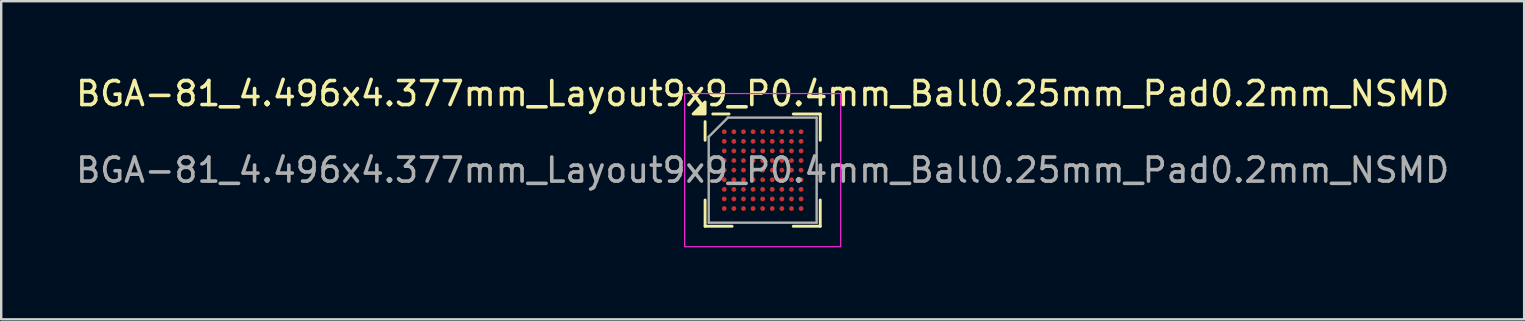
<source format=kicad_pcb>
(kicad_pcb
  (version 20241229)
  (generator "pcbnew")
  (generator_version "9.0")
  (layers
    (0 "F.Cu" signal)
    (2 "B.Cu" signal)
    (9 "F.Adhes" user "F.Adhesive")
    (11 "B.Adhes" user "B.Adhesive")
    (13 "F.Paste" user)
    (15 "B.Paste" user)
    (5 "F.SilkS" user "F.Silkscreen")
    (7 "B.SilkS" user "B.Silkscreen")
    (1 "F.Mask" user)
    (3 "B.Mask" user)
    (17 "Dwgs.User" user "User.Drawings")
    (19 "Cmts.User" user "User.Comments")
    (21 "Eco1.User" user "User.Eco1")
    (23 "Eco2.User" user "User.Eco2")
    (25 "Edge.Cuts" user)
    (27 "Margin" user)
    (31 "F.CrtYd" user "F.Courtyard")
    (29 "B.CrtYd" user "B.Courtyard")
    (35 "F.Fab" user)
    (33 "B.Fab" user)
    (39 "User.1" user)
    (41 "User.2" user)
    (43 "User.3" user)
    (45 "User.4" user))
  (footprint "BGA-81_4.496x4.377mm_Layout9x9_P0.4mm_Ball0.25mm_Pad0.2mm_NSMD"
    (layer "F.Cu")
    (at 28.72 4.037)
    (property "Reference" "BGA-81_4.496x4.377mm_Layout9x9_P0.4mm_Ball0.25mm_Pad0.2mm_NSMD" (at 0 -3.188 0) (layer "F.SilkS") (effects (font (size 1 1) (thickness 0.15))))
    (attr smd)
    (fp_line (start -2.398 -2.02) (end -2.398 -1.244) (stroke (width 0.12) (type solid)) (layer "F.SilkS"))
    (fp_line (start -2.398 2.338) (end -2.398 1.244) (stroke (width 0.12) (type solid)) (layer "F.SilkS"))
    (fp_line (start -1.402 -2.34) (end -2.078 -2.34) (stroke (width 0.12) (type solid)) (layer "F.SilkS"))
    (fp_line (start -1.274 2.338) (end -2.398 2.338) (stroke (width 0.12) (type solid)) (layer "F.SilkS"))
    (fp_line (start 1.274 -2.338) (end 2.398 -2.338) (stroke (width 0.12) (type solid)) (layer "F.SilkS"))
    (fp_line (start 1.274 2.338) (end 2.398 2.338) (stroke (width 0.12) (type solid)) (layer "F.SilkS"))
    (fp_line (start 2.398 -2.338) (end 2.398 -1.244) (stroke (width 0.12) (type solid)) (layer "F.SilkS"))
    (fp_line (start 2.398 2.338) (end 2.398 1.244) (stroke (width 0.12) (type solid)) (layer "F.SilkS"))
    (fp_poly (pts (xy -2.398 -2.34) (xy -2.898 -2.34) (xy -2.398 -2.84) (xy -2.398 -2.34)) (stroke (width 0.12) (type solid)) (fill yes) (layer "F.SilkS"))
    (fp_rect (start -3.25 -3.19) (end 3.25 3.19) (stroke (width 0.05) (type solid)) (fill no) (layer "F.CrtYd"))
    (fp_line (start -2.248 -1.389) (end -2.248 2.188) (stroke (width 0.1) (type solid)) (layer "F.Fab"))
    (fp_line (start -2.248 2.188) (end 2.248 2.188) (stroke (width 0.1) (type solid)) (layer "F.Fab"))
    (fp_line (start -1.448 -2.188) (end -2.248 -1.389) (stroke (width 0.1) (type solid)) (layer "F.Fab"))
    (fp_line (start 2.248 -2.188) (end -1.448 -2.188) (stroke (width 0.1) (type solid)) (layer "F.Fab"))
    (fp_line (start 2.248 2.188) (end 2.248 -2.188) (stroke (width 0.1) (type solid)) (layer "F.Fab"))
    (fp_text user "${REFERENCE}" (at 0 0 0) (layer "F.Fab") (effects (font (size 1 1) (thickness 0.15))))
    (pad "A1" smd circle (at -1.6 -1.6) (size 0.2 0.2) (property pad_prop_bga) (layers "F.Cu" "F.Mask" "F.Paste"))
    (pad "A2" smd circle (at -1.2 -1.6) (size 0.2 0.2) (property pad_prop_bga) (layers "F.Cu" "F.Mask" "F.Paste"))
    (pad "A3" smd circle (at -0.8 -1.6) (size 0.2 0.2) (property pad_prop_bga) (layers "F.Cu" "F.Mask" "F.Paste"))
    (pad "A4" smd circle (at -0.4 -1.6) (size 0.2 0.2) (property pad_prop_bga) (layers "F.Cu" "F.Mask" "F.Paste"))
    (pad "A5" smd circle (at 0 -1.6) (size 0.2 0.2) (property pad_prop_bga) (layers "F.Cu" "F.Mask" "F.Paste"))
    (pad "A6" smd circle (at 0.4 -1.6) (size 0.2 0.2) (property pad_prop_bga) (layers "F.Cu" "F.Mask" "F.Paste"))
    (pad "A7" smd circle (at 0.8 -1.6) (size 0.2 0.2) (property pad_prop_bga) (layers "F.Cu" "F.Mask" "F.Paste"))
    (pad "A8" smd circle (at 1.2 -1.6) (size 0.2 0.2) (property pad_prop_bga) (layers "F.Cu" "F.Mask" "F.Paste"))
    (pad "A9" smd circle (at 1.6 -1.6) (size 0.2 0.2) (property pad_prop_bga) (layers "F.Cu" "F.Mask" "F.Paste"))
    (pad "B1" smd circle (at -1.6 -1.2) (size 0.2 0.2) (property pad_prop_bga) (layers "F.Cu" "F.Mask" "F.Paste"))
    (pad "B2" smd circle (at -1.2 -1.2) (size 0.2 0.2) (property pad_prop_bga) (layers "F.Cu" "F.Mask" "F.Paste"))
    (pad "B3" smd circle (at -0.8 -1.2) (size 0.2 0.2) (property pad_prop_bga) (layers "F.Cu" "F.Mask" "F.Paste"))
    (pad "B4" smd circle (at -0.4 -1.2) (size 0.2 0.2) (property pad_prop_bga) (layers "F.Cu" "F.Mask" "F.Paste"))
    (pad "B5" smd circle (at 0 -1.2) (size 0.2 0.2) (property pad_prop_bga) (layers "F.Cu" "F.Mask" "F.Paste"))
    (pad "B6" smd circle (at 0.4 -1.2) (size 0.2 0.2) (property pad_prop_bga) (layers "F.Cu" "F.Mask" "F.Paste"))
    (pad "B7" smd circle (at 0.8 -1.2) (size 0.2 0.2) (property pad_prop_bga) (layers "F.Cu" "F.Mask" "F.Paste"))
    (pad "B8" smd circle (at 1.2 -1.2) (size 0.2 0.2) (property pad_prop_bga) (layers "F.Cu" "F.Mask" "F.Paste"))
    (pad "B9" smd circle (at 1.6 -1.2) (size 0.2 0.2) (property pad_prop_bga) (layers "F.Cu" "F.Mask" "F.Paste"))
    (pad "C1" smd circle (at -1.6 -0.8) (size 0.2 0.2) (property pad_prop_bga) (layers "F.Cu" "F.Mask" "F.Paste"))
    (pad "C2" smd circle (at -1.2 -0.8) (size 0.2 0.2) (property pad_prop_bga) (layers "F.Cu" "F.Mask" "F.Paste"))
    (pad "C3" smd circle (at -0.8 -0.8) (size 0.2 0.2) (property pad_prop_bga) (layers "F.Cu" "F.Mask" "F.Paste"))
    (pad "C4" smd circle (at -0.4 -0.8) (size 0.2 0.2) (property pad_prop_bga) (layers "F.Cu" "F.Mask" "F.Paste"))
    (pad "C5" smd circle (at 0 -0.8) (size 0.2 0.2) (property pad_prop_bga) (layers "F.Cu" "F.Mask" "F.Paste"))
    (pad "C6" smd circle (at 0.4 -0.8) (size 0.2 0.2) (property pad_prop_bga) (layers "F.Cu" "F.Mask" "F.Paste"))
    (pad "C7" smd circle (at 0.8 -0.8) (size 0.2 0.2) (property pad_prop_bga) (layers "F.Cu" "F.Mask" "F.Paste"))
    (pad "C8" smd circle (at 1.2 -0.8) (size 0.2 0.2) (property pad_prop_bga) (layers "F.Cu" "F.Mask" "F.Paste"))
    (pad "C9" smd circle (at 1.6 -0.8) (size 0.2 0.2) (property pad_prop_bga) (layers "F.Cu" "F.Mask" "F.Paste"))
    (pad "D1" smd circle (at -1.6 -0.4) (size 0.2 0.2) (property pad_prop_bga) (layers "F.Cu" "F.Mask" "F.Paste"))
    (pad "D2" smd circle (at -1.2 -0.4) (size 0.2 0.2) (property pad_prop_bga) (layers "F.Cu" "F.Mask" "F.Paste"))
    (pad "D3" smd circle (at -0.8 -0.4) (size 0.2 0.2) (property pad_prop_bga) (layers "F.Cu" "F.Mask" "F.Paste"))
    (pad "D4" smd circle (at -0.4 -0.4) (size 0.2 0.2) (property pad_prop_bga) (layers "F.Cu" "F.Mask" "F.Paste"))
    (pad "D5" smd circle (at 0 -0.4) (size 0.2 0.2) (property pad_prop_bga) (layers "F.Cu" "F.Mask" "F.Paste"))
    (pad "D6" smd circle (at 0.4 -0.4) (size 0.2 0.2) (property pad_prop_bga) (layers "F.Cu" "F.Mask" "F.Paste"))
    (pad "D7" smd circle (at 0.8 -0.4) (size 0.2 0.2) (property pad_prop_bga) (layers "F.Cu" "F.Mask" "F.Paste"))
    (pad "D8" smd circle (at 1.2 -0.4) (size 0.2 0.2) (property pad_prop_bga) (layers "F.Cu" "F.Mask" "F.Paste"))
    (pad "D9" smd circle (at 1.6 -0.4) (size 0.2 0.2) (property pad_prop_bga) (layers "F.Cu" "F.Mask" "F.Paste"))
    (pad "E1" smd circle (at -1.6 0) (size 0.2 0.2) (property pad_prop_bga) (layers "F.Cu" "F.Mask" "F.Paste"))
    (pad "E2" smd circle (at -1.2 0) (size 0.2 0.2) (property pad_prop_bga) (layers "F.Cu" "F.Mask" "F.Paste"))
    (pad "E3" smd circle (at -0.8 0) (size 0.2 0.2) (property pad_prop_bga) (layers "F.Cu" "F.Mask" "F.Paste"))
    (pad "E4" smd circle (at -0.4 0) (size 0.2 0.2) (property pad_prop_bga) (layers "F.Cu" "F.Mask" "F.Paste"))
    (pad "E5" smd circle (at 0 0) (size 0.2 0.2) (property pad_prop_bga) (layers "F.Cu" "F.Mask" "F.Paste"))
    (pad "E6" smd circle (at 0.4 0) (size 0.2 0.2) (property pad_prop_bga) (layers "F.Cu" "F.Mask" "F.Paste"))
    (pad "E7" smd circle (at 0.8 0) (size 0.2 0.2) (property pad_prop_bga) (layers "F.Cu" "F.Mask" "F.Paste"))
    (pad "E8" smd circle (at 1.2 0) (size 0.2 0.2) (property pad_prop_bga) (layers "F.Cu" "F.Mask" "F.Paste"))
    (pad "E9" smd circle (at 1.6 0) (size 0.2 0.2) (property pad_prop_bga) (layers "F.Cu" "F.Mask" "F.Paste"))
    (pad "F1" smd circle (at -1.6 0.4) (size 0.2 0.2) (property pad_prop_bga) (layers "F.Cu" "F.Mask" "F.Paste"))
    (pad "F2" smd circle (at -1.2 0.4) (size 0.2 0.2) (property pad_prop_bga) (layers "F.Cu" "F.Mask" "F.Paste"))
    (pad "F3" smd circle (at -0.8 0.4) (size 0.2 0.2) (property pad_prop_bga) (layers "F.Cu" "F.Mask" "F.Paste"))
    (pad "F4" smd circle (at -0.4 0.4) (size 0.2 0.2) (property pad_prop_bga) (layers "F.Cu" "F.Mask" "F.Paste"))
    (pad "F5" smd circle (at 0 0.4) (size 0.2 0.2) (property pad_prop_bga) (layers "F.Cu" "F.Mask" "F.Paste"))
    (pad "F6" smd circle (at 0.4 0.4) (size 0.2 0.2) (property pad_prop_bga) (layers "F.Cu" "F.Mask" "F.Paste"))
    (pad "F7" smd circle (at 0.8 0.4) (size 0.2 0.2) (property pad_prop_bga) (layers "F.Cu" "F.Mask" "F.Paste"))
    (pad "F8" smd circle (at 1.2 0.4) (size 0.2 0.2) (property pad_prop_bga) (layers "F.Cu" "F.Mask" "F.Paste"))
    (pad "F9" smd circle (at 1.6 0.4) (size 0.2 0.2) (property pad_prop_bga) (layers "F.Cu" "F.Mask" "F.Paste"))
    (pad "G1" smd circle (at -1.6 0.8) (size 0.2 0.2) (property pad_prop_bga) (layers "F.Cu" "F.Mask" "F.Paste"))
    (pad "G2" smd circle (at -1.2 0.8) (size 0.2 0.2) (property pad_prop_bga) (layers "F.Cu" "F.Mask" "F.Paste"))
    (pad "G3" smd circle (at -0.8 0.8) (size 0.2 0.2) (property pad_prop_bga) (layers "F.Cu" "F.Mask" "F.Paste"))
    (pad "G4" smd circle (at -0.4 0.8) (size 0.2 0.2) (property pad_prop_bga) (layers "F.Cu" "F.Mask" "F.Paste"))
    (pad "G5" smd circle (at 0 0.8) (size 0.2 0.2) (property pad_prop_bga) (layers "F.Cu" "F.Mask" "F.Paste"))
    (pad "G6" smd circle (at 0.4 0.8) (size 0.2 0.2) (property pad_prop_bga) (layers "F.Cu" "F.Mask" "F.Paste"))
    (pad "G7" smd circle (at 0.8 0.8) (size 0.2 0.2) (property pad_prop_bga) (layers "F.Cu" "F.Mask" "F.Paste"))
    (pad "G8" smd circle (at 1.2 0.8) (size 0.2 0.2) (property pad_prop_bga) (layers "F.Cu" "F.Mask" "F.Paste"))
    (pad "G9" smd circle (at 1.6 0.8) (size 0.2 0.2) (property pad_prop_bga) (layers "F.Cu" "F.Mask" "F.Paste"))
    (pad "H1" smd circle (at -1.6 1.2) (size 0.2 0.2) (property pad_prop_bga) (layers "F.Cu" "F.Mask" "F.Paste"))
    (pad "H2" smd circle (at -1.2 1.2) (size 0.2 0.2) (property pad_prop_bga) (layers "F.Cu" "F.Mask" "F.Paste"))
    (pad "H3" smd circle (at -0.8 1.2) (size 0.2 0.2) (property pad_prop_bga) (layers "F.Cu" "F.Mask" "F.Paste"))
    (pad "H4" smd circle (at -0.4 1.2) (size 0.2 0.2) (property pad_prop_bga) (layers "F.Cu" "F.Mask" "F.Paste"))
    (pad "H5" smd circle (at 0 1.2) (size 0.2 0.2) (property pad_prop_bga) (layers "F.Cu" "F.Mask" "F.Paste"))
    (pad "H6" smd circle (at 0.4 1.2) (size 0.2 0.2) (property pad_prop_bga) (layers "F.Cu" "F.Mask" "F.Paste"))
    (pad "H7" smd circle (at 0.8 1.2) (size 0.2 0.2) (property pad_prop_bga) (layers "F.Cu" "F.Mask" "F.Paste"))
    (pad "H8" smd circle (at 1.2 1.2) (size 0.2 0.2) (property pad_prop_bga) (layers "F.Cu" "F.Mask" "F.Paste"))
    (pad "H9" smd circle (at 1.6 1.2) (size 0.2 0.2) (property pad_prop_bga) (layers "F.Cu" "F.Mask" "F.Paste"))
    (pad "J1" smd circle (at -1.6 1.6) (size 0.2 0.2) (property pad_prop_bga) (layers "F.Cu" "F.Mask" "F.Paste"))
    (pad "J2" smd circle (at -1.2 1.6) (size 0.2 0.2) (property pad_prop_bga) (layers "F.Cu" "F.Mask" "F.Paste"))
    (pad "J3" smd circle (at -0.8 1.6) (size 0.2 0.2) (property pad_prop_bga) (layers "F.Cu" "F.Mask" "F.Paste"))
    (pad "J4" smd circle (at -0.4 1.6) (size 0.2 0.2) (property pad_prop_bga) (layers "F.Cu" "F.Mask" "F.Paste"))
    (pad "J5" smd circle (at 0 1.6) (size 0.2 0.2) (property pad_prop_bga) (layers "F.Cu" "F.Mask" "F.Paste"))
    (pad "J6" smd circle (at 0.4 1.6) (size 0.2 0.2) (property pad_prop_bga) (layers "F.Cu" "F.Mask" "F.Paste"))
    (pad "J7" smd circle (at 0.8 1.6) (size 0.2 0.2) (property pad_prop_bga) (layers "F.Cu" "F.Mask" "F.Paste"))
    (pad "J8" smd circle (at 1.2 1.6) (size 0.2 0.2) (property pad_prop_bga) (layers "F.Cu" "F.Mask" "F.Paste"))
    (pad "J9" smd circle (at 1.6 1.6) (size 0.2 0.2) (property pad_prop_bga) (layers "F.Cu" "F.Mask" "F.Paste")))
  (gr_rect
    (start -3 -3)
    (end 60.44 10.252)
    (stroke (width 0.1) (type default))
    (fill no)
    (layer "Edge.Cuts")))
</source>
